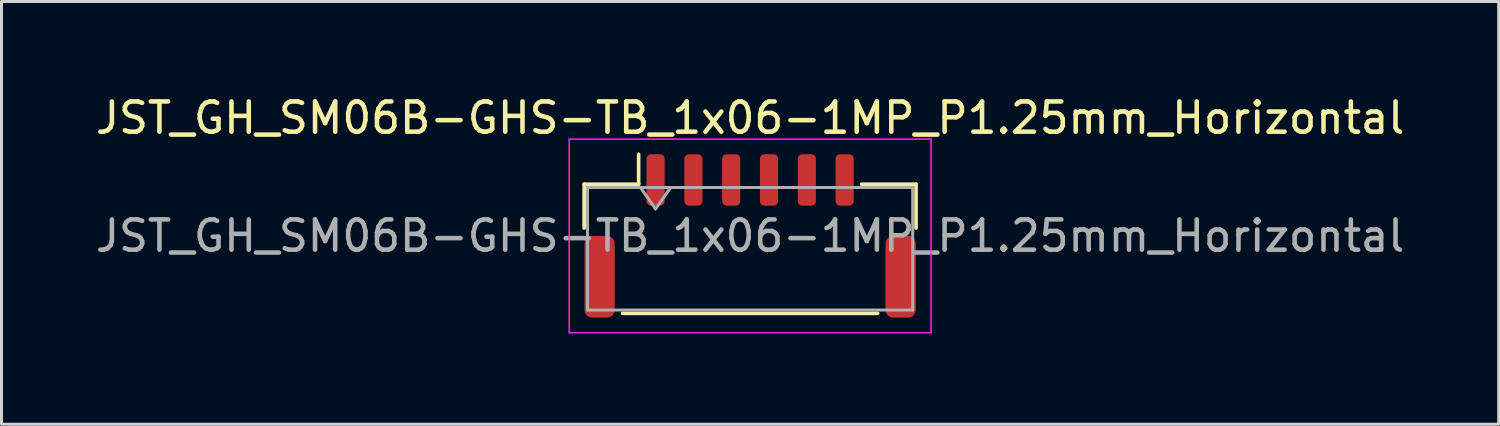
<source format=kicad_pcb>
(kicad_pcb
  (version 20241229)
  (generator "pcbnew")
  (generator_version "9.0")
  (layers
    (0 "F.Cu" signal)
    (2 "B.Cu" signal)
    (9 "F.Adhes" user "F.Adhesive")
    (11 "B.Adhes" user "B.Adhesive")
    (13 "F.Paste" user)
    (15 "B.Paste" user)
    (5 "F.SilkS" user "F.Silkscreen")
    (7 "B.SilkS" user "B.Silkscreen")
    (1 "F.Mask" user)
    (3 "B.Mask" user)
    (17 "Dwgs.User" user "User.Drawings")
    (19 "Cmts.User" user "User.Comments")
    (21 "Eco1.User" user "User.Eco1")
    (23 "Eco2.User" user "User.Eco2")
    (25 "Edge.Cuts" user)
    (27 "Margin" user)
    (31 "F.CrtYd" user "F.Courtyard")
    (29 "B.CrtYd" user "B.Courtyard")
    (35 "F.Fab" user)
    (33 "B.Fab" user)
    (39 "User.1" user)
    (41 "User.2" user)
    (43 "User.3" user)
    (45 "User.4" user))
  (footprint "JST_GH_SM06B-GHS-TB_1x06-1MP_P1.25mm_Horizontal"
    (layer "F.Cu")
    (at 21.744 4.748)
    (property "Reference" "JST_GH_SM06B-GHS-TB_1x06-1MP_P1.25mm_Horizontal" (at 0 -3.9 0) (layer "F.SilkS") (effects (font (size 1 1) (thickness 0.15))))
    (attr smd)
    (fp_line (start -5.485 -1.71) (end -3.685 -1.71) (stroke (width 0.12) (type solid)) (layer "F.SilkS"))
    (fp_line (start -5.485 -0.26) (end -5.485 -1.71) (stroke (width 0.12) (type solid)) (layer "F.SilkS"))
    (fp_line (start -4.215 2.56) (end 4.215 2.56) (stroke (width 0.12) (type solid)) (layer "F.SilkS"))
    (fp_line (start -3.685 -1.71) (end -3.685 -2.7) (stroke (width 0.12) (type solid)) (layer "F.SilkS"))
    (fp_line (start 5.485 -1.71) (end 3.685 -1.71) (stroke (width 0.12) (type solid)) (layer "F.SilkS"))
    (fp_line (start 5.485 -0.26) (end 5.485 -1.71) (stroke (width 0.12) (type solid)) (layer "F.SilkS"))
    (fp_line (start -5.98 -3.2) (end -5.98 3.2) (stroke (width 0.05) (type solid)) (layer "F.CrtYd"))
    (fp_line (start -5.98 3.2) (end 5.98 3.2) (stroke (width 0.05) (type solid)) (layer "F.CrtYd"))
    (fp_line (start 5.98 -3.2) (end -5.98 -3.2) (stroke (width 0.05) (type solid)) (layer "F.CrtYd"))
    (fp_line (start 5.98 3.2) (end 5.98 -3.2) (stroke (width 0.05) (type solid)) (layer "F.CrtYd"))
    (fp_line (start -5.375 -1.6) (end -5.375 2.45) (stroke (width 0.1) (type solid)) (layer "F.Fab"))
    (fp_line (start -5.375 -1.6) (end 5.375 -1.6) (stroke (width 0.1) (type solid)) (layer "F.Fab"))
    (fp_line (start -5.375 2.45) (end 5.375 2.45) (stroke (width 0.1) (type solid)) (layer "F.Fab"))
    (fp_line (start -3.625 -1.6) (end -3.125 -0.893) (stroke (width 0.1) (type solid)) (layer "F.Fab"))
    (fp_line (start -3.125 -0.893) (end -2.625 -1.6) (stroke (width 0.1) (type solid)) (layer "F.Fab"))
    (fp_line (start 5.375 -1.6) (end 5.375 2.45) (stroke (width 0.1) (type solid)) (layer "F.Fab"))
    (fp_text user "${REFERENCE}" (at 0 0 0) (layer "F.Fab") (effects (font (size 1 1) (thickness 0.15))))
    (pad "1" smd roundrect (at -3.125 -1.85) (size 0.6 1.7) (layers "F.Cu" "F.Mask" "F.Paste") (roundrect_rratio 0.25))
    (pad "2" smd roundrect (at -1.875 -1.85) (size 0.6 1.7) (layers "F.Cu" "F.Mask" "F.Paste") (roundrect_rratio 0.25))
    (pad "3" smd roundrect (at -0.625 -1.85) (size 0.6 1.7) (layers "F.Cu" "F.Mask" "F.Paste") (roundrect_rratio 0.25))
    (pad "4" smd roundrect (at 0.625 -1.85) (size 0.6 1.7) (layers "F.Cu" "F.Mask" "F.Paste") (roundrect_rratio 0.25))
    (pad "5" smd roundrect (at 1.875 -1.85) (size 0.6 1.7) (layers "F.Cu" "F.Mask" "F.Paste") (roundrect_rratio 0.25))
    (pad "6" smd roundrect (at 3.125 -1.85) (size 0.6 1.7) (layers "F.Cu" "F.Mask" "F.Paste") (roundrect_rratio 0.25))
    (pad "MP" smd roundrect (at -4.975 1.35) (size 1 2.7) (layers "F.Cu" "F.Mask" "F.Paste") (roundrect_rratio 0.25))
    (pad "MP" smd roundrect (at 4.975 1.35) (size 1 2.7) (layers "F.Cu" "F.Mask" "F.Paste") (roundrect_rratio 0.25)))
  (gr_rect
    (start -3 -3)
    (end 46.488 10.973)
    (stroke (width 0.1) (type default))
    (fill no)
    (layer "Edge.Cuts")))
</source>
